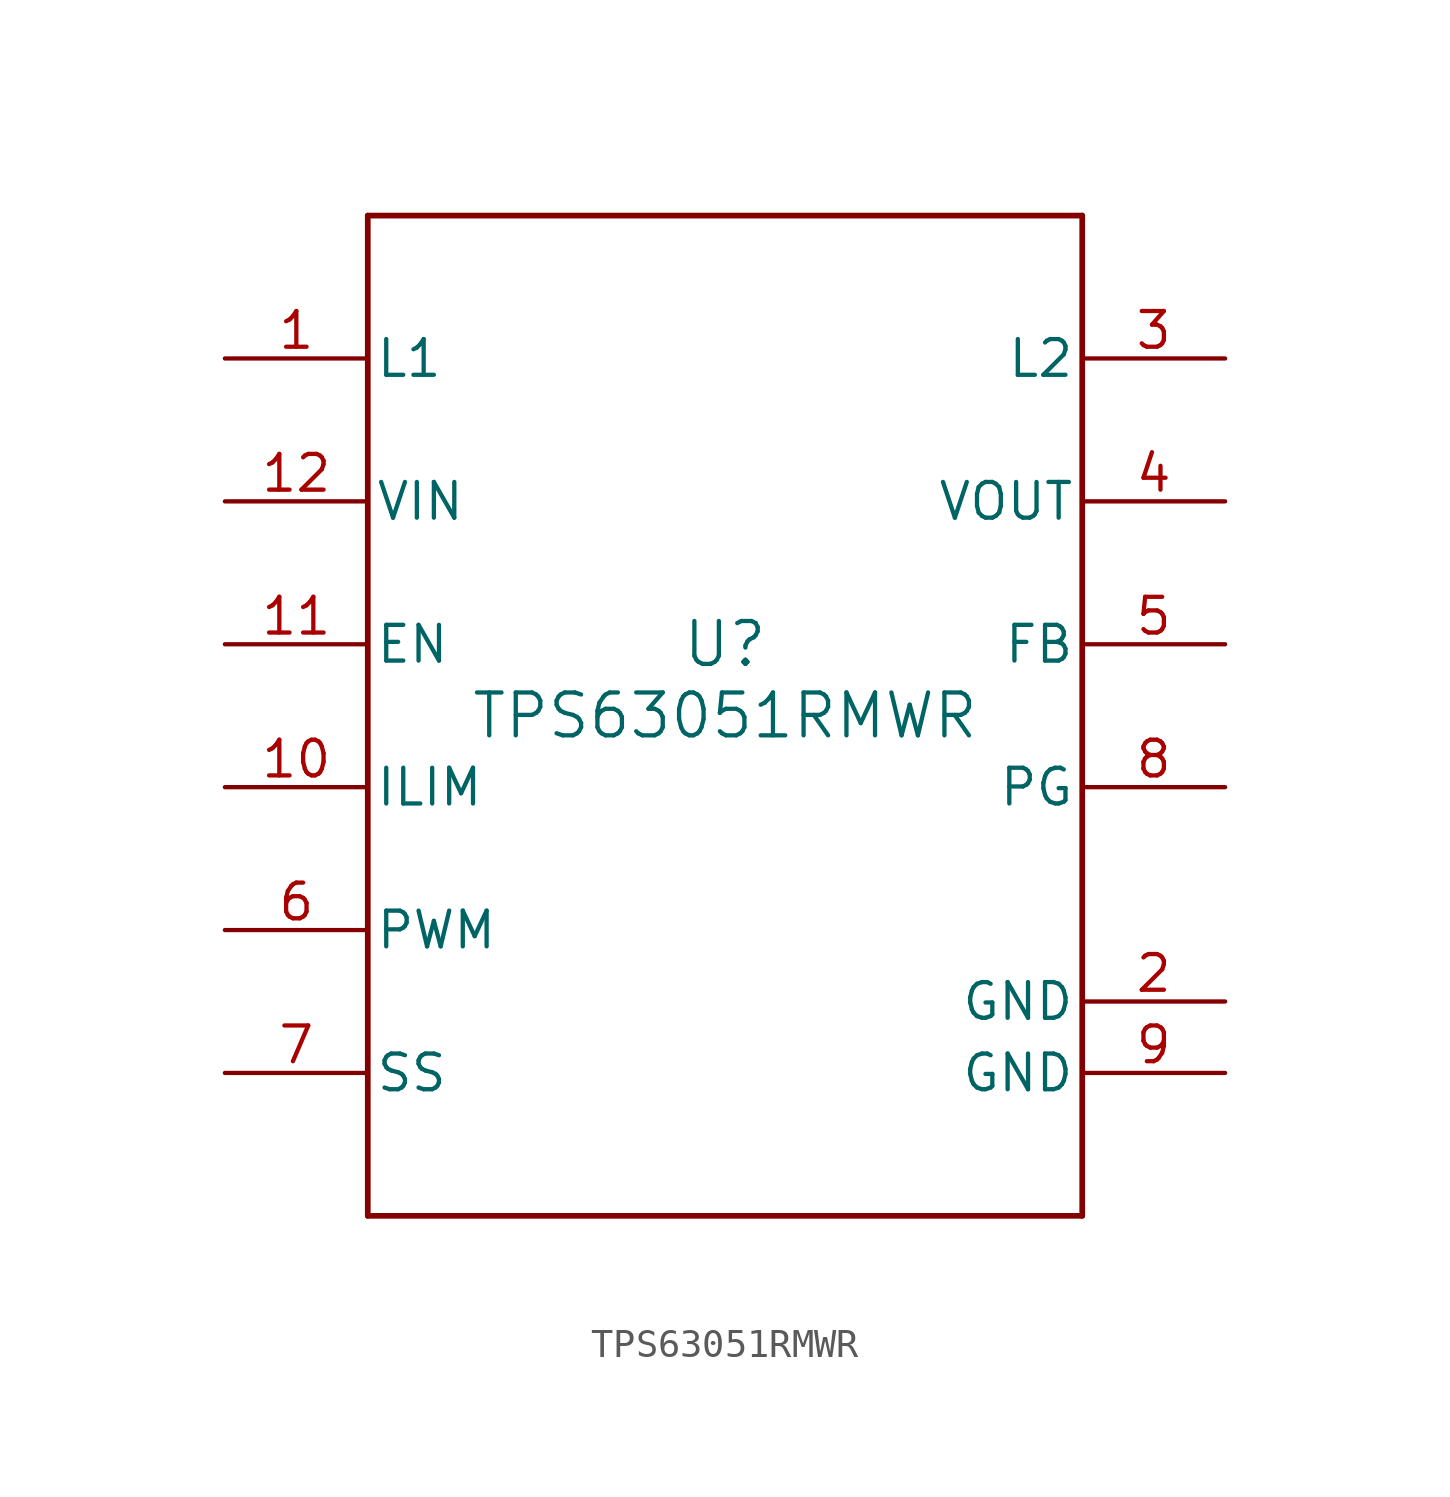
<source format=kicad_sym>
(kicad_symbol_lib
  (version 20211014)
  (generator kicad_symbol_editor)
  (symbol "TPS63051RMWR"
    (pin_names
      (offset 0.254))
    (property "Reference" "U"
      (at 0 2.54 0)
      (effects (font (size 1.524 1.524))))
    (property "Value" "TPS63051RMWR"
      (at 0 0 0)
      (effects (font (size 1.524 1.524))))
    (symbol "TPS63051RMWR_0_1"
      (polyline (pts (xy -12.7 -17.78) (xy 12.7 -17.78)) (stroke (width 0.203) (type default) (color 0 0 0 0)) (fill (type none)))
      (polyline (pts (xy 12.7 -17.78) (xy 12.7 17.78)) (stroke (width 0.203) (type default) (color 0 0 0 0)) (fill (type none)))
      (polyline (pts (xy 12.7 17.78) (xy -12.7 17.78)) (stroke (width 0.203) (type default) (color 0 0 0 0)) (fill (type none)))
      (polyline (pts (xy -12.7 17.78) (xy -12.7 -17.78)) (stroke (width 0.203) (type default) (color 0 0 0 0)) (fill (type none)))
      (pin unspecified line (at -17.78 12.7 0) (length 5.08) (name "L1" (effects (font (size 1.27 1.27)))) (number "1" (effects (font (size 1.27 1.27)))))
      (pin power_in line (at 17.78 -10.16 180) (length 5.08) (name "GND" (effects (font (size 1.27 1.27)))) (number "2" (effects (font (size 1.27 1.27)))))
      (pin unspecified line (at 17.78 12.7 180) (length 5.08) (name "L2" (effects (font (size 1.27 1.27)))) (number "3" (effects (font (size 1.27 1.27)))))
      (pin power_in line (at 17.78 7.62 180) (length 5.08) (name "VOUT" (effects (font (size 1.27 1.27)))) (number "4" (effects (font (size 1.27 1.27)))))
      (pin input line (at 17.78 2.54 180) (length 5.08) (name "FB" (effects (font (size 1.27 1.27)))) (number "5" (effects (font (size 1.27 1.27)))))
      (pin input line (at -17.78 -7.62 0) (length 5.08) (name "PWM" (effects (font (size 1.27 1.27)))) (number "6" (effects (font (size 1.27 1.27)))))
      (pin input line (at -17.78 -12.7 0) (length 5.08) (name "SS" (effects (font (size 1.27 1.27)))) (number "7" (effects (font (size 1.27 1.27)))))
      (pin open_collector line (at 17.78 -2.54 180) (length 5.08) (name "PG" (effects (font (size 1.27 1.27)))) (number "8" (effects (font (size 1.27 1.27)))))
      (pin power_in line (at 17.78 -12.7 180) (length 5.08) (name "GND" (effects (font (size 1.27 1.27)))) (number "9" (effects (font (size 1.27 1.27)))))
      (pin input line (at -17.78 -2.54 0) (length 5.08) (name "ILIM" (effects (font (size 1.27 1.27)))) (number "10" (effects (font (size 1.27 1.27)))))
      (pin input line (at -17.78 2.54 0) (length 5.08) (name "EN" (effects (font (size 1.27 1.27)))) (number "11" (effects (font (size 1.27 1.27)))))
      (pin power_in line (at -17.78 7.62 0) (length 5.08) (name "VIN" (effects (font (size 1.27 1.27)))) (number "12" (effects (font (size 1.27 1.27))))))))
</source>
